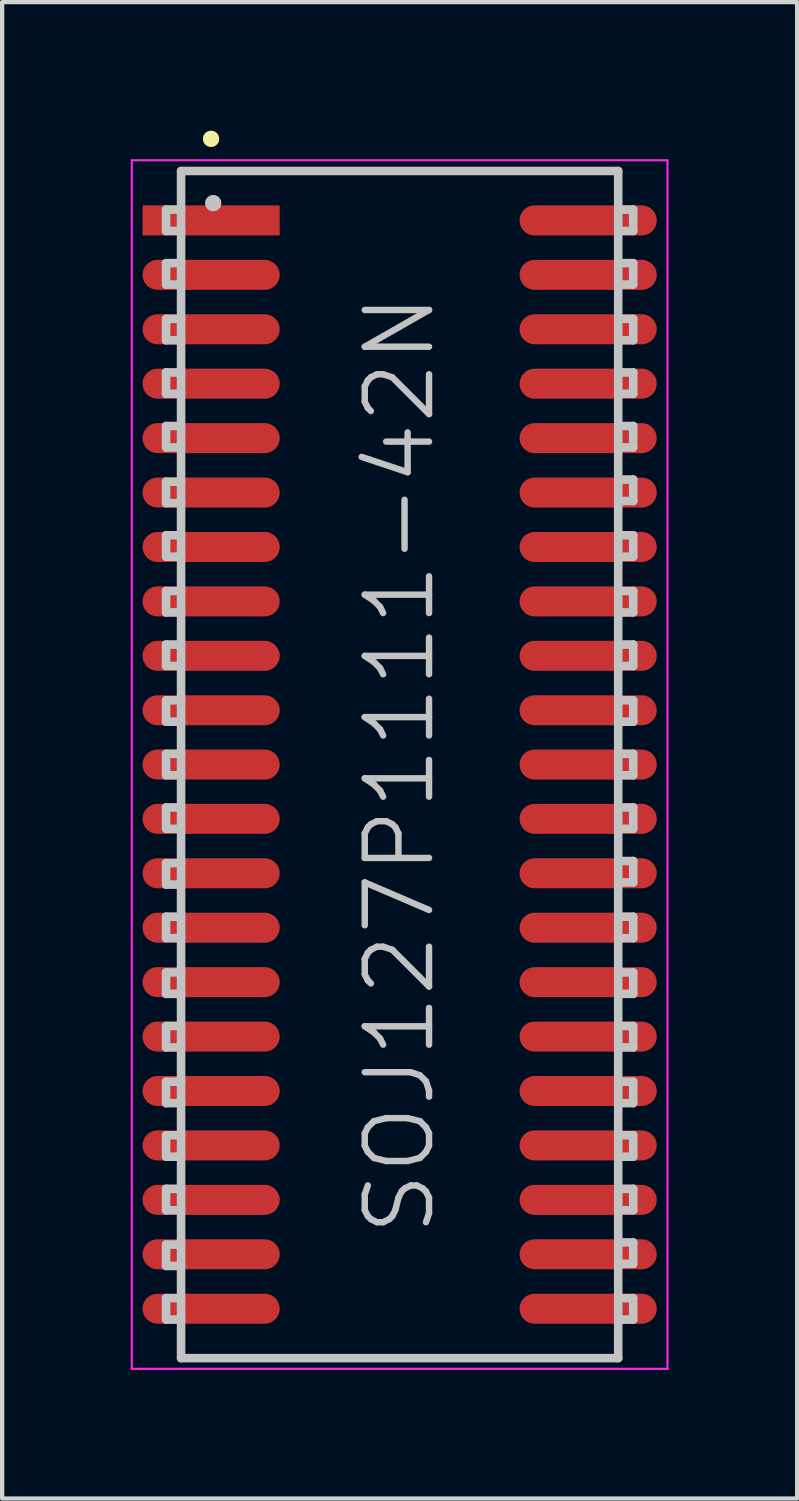
<source format=kicad_pcb>
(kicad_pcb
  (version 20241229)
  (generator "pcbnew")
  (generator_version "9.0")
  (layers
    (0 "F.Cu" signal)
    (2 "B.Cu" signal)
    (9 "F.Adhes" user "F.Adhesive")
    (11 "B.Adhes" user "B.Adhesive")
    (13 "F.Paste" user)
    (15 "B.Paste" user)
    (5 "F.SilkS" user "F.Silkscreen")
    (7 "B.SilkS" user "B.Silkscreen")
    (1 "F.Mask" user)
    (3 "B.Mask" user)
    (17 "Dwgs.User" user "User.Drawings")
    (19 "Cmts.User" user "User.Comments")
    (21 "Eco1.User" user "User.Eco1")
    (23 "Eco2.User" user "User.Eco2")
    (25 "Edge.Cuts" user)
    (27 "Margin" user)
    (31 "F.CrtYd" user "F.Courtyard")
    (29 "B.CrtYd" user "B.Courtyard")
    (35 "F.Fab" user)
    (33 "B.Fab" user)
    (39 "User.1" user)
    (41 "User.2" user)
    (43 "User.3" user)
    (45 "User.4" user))
  (footprint "SOJ127P1111-42N"
    (layer "F.Cu")
    (at 6.275 14.79)
    (property "Reference" "SOJ127P1111-42N" (at 0 0 90) (layer "Dwgs.User") (effects (font (size 1.5 1.5) (thickness 0.15))))
    (attr smd)
    (fp_line (start -4.4 -14.6) (end -4.4 -14.6) (stroke (width 0.381) (type solid)) (layer "F.SilkS"))
    (fp_line (start -5.45 -12.95) (end -5.45 -12.45) (stroke (width 0.2) (type solid)) (layer "Dwgs.User"))
    (fp_line (start -5.45 -12.45) (end -5.1 -12.45) (stroke (width 0.2) (type solid)) (layer "Dwgs.User"))
    (fp_line (start -5.45 -11.7) (end -5.45 -11.2) (stroke (width 0.2) (type solid)) (layer "Dwgs.User"))
    (fp_line (start -5.45 -11.2) (end -5.1 -11.2) (stroke (width 0.2) (type solid)) (layer "Dwgs.User"))
    (fp_line (start -5.45 -10.4) (end -5.45 -9.9) (stroke (width 0.2) (type solid)) (layer "Dwgs.User"))
    (fp_line (start -5.45 -9.9) (end -5.1 -9.9) (stroke (width 0.2) (type solid)) (layer "Dwgs.User"))
    (fp_line (start -5.45 -9.15) (end -5.45 -8.65) (stroke (width 0.2) (type solid)) (layer "Dwgs.User"))
    (fp_line (start -5.45 -8.65) (end -5.1 -8.65) (stroke (width 0.2) (type solid)) (layer "Dwgs.User"))
    (fp_line (start -5.45 -7.9) (end -5.45 -7.4) (stroke (width 0.2) (type solid)) (layer "Dwgs.User"))
    (fp_line (start -5.45 -7.4) (end -5.1 -7.4) (stroke (width 0.2) (type solid)) (layer "Dwgs.User"))
    (fp_line (start -5.45 -6.6) (end -5.45 -6.1) (stroke (width 0.2) (type solid)) (layer "Dwgs.User"))
    (fp_line (start -5.45 -6.1) (end -5.1 -6.1) (stroke (width 0.2) (type solid)) (layer "Dwgs.User"))
    (fp_line (start -5.45 -5.35) (end -5.45 -4.85) (stroke (width 0.2) (type solid)) (layer "Dwgs.User"))
    (fp_line (start -5.45 -4.85) (end -5.1 -4.85) (stroke (width 0.2) (type solid)) (layer "Dwgs.User"))
    (fp_line (start -5.45 -4.05) (end -5.45 -3.55) (stroke (width 0.2) (type solid)) (layer "Dwgs.User"))
    (fp_line (start -5.45 -3.55) (end -5.1 -3.55) (stroke (width 0.2) (type solid)) (layer "Dwgs.User"))
    (fp_line (start -5.45 -2.8) (end -5.45 -2.3) (stroke (width 0.2) (type solid)) (layer "Dwgs.User"))
    (fp_line (start -5.45 -2.3) (end -5.1 -2.3) (stroke (width 0.2) (type solid)) (layer "Dwgs.User"))
    (fp_line (start -5.45 -1.5) (end -5.45 -1) (stroke (width 0.2) (type solid)) (layer "Dwgs.User"))
    (fp_line (start -5.45 -1) (end -5.1 -1) (stroke (width 0.2) (type solid)) (layer "Dwgs.User"))
    (fp_line (start -5.45 -0.25) (end -5.45 0.25) (stroke (width 0.2) (type solid)) (layer "Dwgs.User"))
    (fp_line (start -5.45 0.25) (end -5.1 0.25) (stroke (width 0.2) (type solid)) (layer "Dwgs.User"))
    (fp_line (start -5.45 1) (end -5.45 1.5) (stroke (width 0.2) (type solid)) (layer "Dwgs.User"))
    (fp_line (start -5.45 1.5) (end -5.1 1.5) (stroke (width 0.2) (type solid)) (layer "Dwgs.User"))
    (fp_line (start -5.45 2.3) (end -5.45 2.8) (stroke (width 0.2) (type solid)) (layer "Dwgs.User"))
    (fp_line (start -5.45 2.8) (end -5.1 2.8) (stroke (width 0.2) (type solid)) (layer "Dwgs.User"))
    (fp_line (start -5.45 3.55) (end -5.45 4.05) (stroke (width 0.2) (type solid)) (layer "Dwgs.User"))
    (fp_line (start -5.45 4.05) (end -5.1 4.05) (stroke (width 0.2) (type solid)) (layer "Dwgs.User"))
    (fp_line (start -5.45 4.85) (end -5.45 5.35) (stroke (width 0.2) (type solid)) (layer "Dwgs.User"))
    (fp_line (start -5.45 5.35) (end -5.1 5.35) (stroke (width 0.2) (type solid)) (layer "Dwgs.User"))
    (fp_line (start -5.45 6.1) (end -5.45 6.6) (stroke (width 0.2) (type solid)) (layer "Dwgs.User"))
    (fp_line (start -5.45 6.6) (end -5.1 6.6) (stroke (width 0.2) (type solid)) (layer "Dwgs.User"))
    (fp_line (start -5.45 7.4) (end -5.45 7.9) (stroke (width 0.2) (type solid)) (layer "Dwgs.User"))
    (fp_line (start -5.45 7.9) (end -5.1 7.9) (stroke (width 0.2) (type solid)) (layer "Dwgs.User"))
    (fp_line (start -5.45 8.65) (end -5.45 9.15) (stroke (width 0.2) (type solid)) (layer "Dwgs.User"))
    (fp_line (start -5.45 9.15) (end -5.1 9.15) (stroke (width 0.2) (type solid)) (layer "Dwgs.User"))
    (fp_line (start -5.45 9.9) (end -5.45 10.4) (stroke (width 0.2) (type solid)) (layer "Dwgs.User"))
    (fp_line (start -5.45 10.4) (end -5.1 10.4) (stroke (width 0.2) (type solid)) (layer "Dwgs.User"))
    (fp_line (start -5.45 11.2) (end -5.45 11.7) (stroke (width 0.2) (type solid)) (layer "Dwgs.User"))
    (fp_line (start -5.45 11.7) (end -5.1 11.7) (stroke (width 0.2) (type solid)) (layer "Dwgs.User"))
    (fp_line (start -5.45 12.45) (end -5.45 12.95) (stroke (width 0.2) (type solid)) (layer "Dwgs.User"))
    (fp_line (start -5.45 12.95) (end -5.1 12.95) (stroke (width 0.2) (type solid)) (layer "Dwgs.User"))
    (fp_line (start -5.1 -13.85) (end -5.1 13.85) (stroke (width 0.2) (type solid)) (layer "Dwgs.User"))
    (fp_line (start -5.1 -13.85) (end 5.1 -13.85) (stroke (width 0.2) (type solid)) (layer "Dwgs.User"))
    (fp_line (start -5.1 -12.95) (end -5.45 -12.95) (stroke (width 0.2) (type solid)) (layer "Dwgs.User"))
    (fp_line (start -5.1 -11.7) (end -5.45 -11.7) (stroke (width 0.2) (type solid)) (layer "Dwgs.User"))
    (fp_line (start -5.1 -10.4) (end -5.45 -10.4) (stroke (width 0.2) (type solid)) (layer "Dwgs.User"))
    (fp_line (start -5.1 -9.15) (end -5.45 -9.15) (stroke (width 0.2) (type solid)) (layer "Dwgs.User"))
    (fp_line (start -5.1 -7.9) (end -5.45 -7.9) (stroke (width 0.2) (type solid)) (layer "Dwgs.User"))
    (fp_line (start -5.1 -6.6) (end -5.45 -6.6) (stroke (width 0.2) (type solid)) (layer "Dwgs.User"))
    (fp_line (start -5.1 -5.35) (end -5.45 -5.35) (stroke (width 0.2) (type solid)) (layer "Dwgs.User"))
    (fp_line (start -5.1 -4.05) (end -5.45 -4.05) (stroke (width 0.2) (type solid)) (layer "Dwgs.User"))
    (fp_line (start -5.1 -2.8) (end -5.45 -2.8) (stroke (width 0.2) (type solid)) (layer "Dwgs.User"))
    (fp_line (start -5.1 -1.5) (end -5.45 -1.5) (stroke (width 0.2) (type solid)) (layer "Dwgs.User"))
    (fp_line (start -5.1 -0.25) (end -5.45 -0.25) (stroke (width 0.2) (type solid)) (layer "Dwgs.User"))
    (fp_line (start -5.1 1) (end -5.45 1) (stroke (width 0.2) (type solid)) (layer "Dwgs.User"))
    (fp_line (start -5.1 2.3) (end -5.45 2.3) (stroke (width 0.2) (type solid)) (layer "Dwgs.User"))
    (fp_line (start -5.1 3.55) (end -5.45 3.55) (stroke (width 0.2) (type solid)) (layer "Dwgs.User"))
    (fp_line (start -5.1 4.85) (end -5.45 4.85) (stroke (width 0.2) (type solid)) (layer "Dwgs.User"))
    (fp_line (start -5.1 6.1) (end -5.45 6.1) (stroke (width 0.2) (type solid)) (layer "Dwgs.User"))
    (fp_line (start -5.1 7.4) (end -5.45 7.4) (stroke (width 0.2) (type solid)) (layer "Dwgs.User"))
    (fp_line (start -5.1 8.65) (end -5.45 8.65) (stroke (width 0.2) (type solid)) (layer "Dwgs.User"))
    (fp_line (start -5.1 9.9) (end -5.45 9.9) (stroke (width 0.2) (type solid)) (layer "Dwgs.User"))
    (fp_line (start -5.1 11.2) (end -5.45 11.2) (stroke (width 0.2) (type solid)) (layer "Dwgs.User"))
    (fp_line (start -5.1 12.45) (end -5.45 12.45) (stroke (width 0.2) (type solid)) (layer "Dwgs.User"))
    (fp_line (start -5.1 13.85) (end 5.1 13.85) (stroke (width 0.2) (type solid)) (layer "Dwgs.User"))
    (fp_line (start -4.35 -13.1) (end -4.35 -13.1) (stroke (width 0.381) (type solid)) (layer "Dwgs.User"))
    (fp_line (start 5.1 -13.85) (end 5.1 13.85) (stroke (width 0.2) (type solid)) (layer "Dwgs.User"))
    (fp_line (start 5.1 -12.95) (end 5.45 -12.95) (stroke (width 0.2) (type solid)) (layer "Dwgs.User"))
    (fp_line (start 5.1 -11.7) (end 5.45 -11.7) (stroke (width 0.2) (type solid)) (layer "Dwgs.User"))
    (fp_line (start 5.1 -10.4) (end 5.45 -10.4) (stroke (width 0.2) (type solid)) (layer "Dwgs.User"))
    (fp_line (start 5.1 -9.15) (end 5.45 -9.15) (stroke (width 0.2) (type solid)) (layer "Dwgs.User"))
    (fp_line (start 5.1 -7.9) (end 5.45 -7.9) (stroke (width 0.2) (type solid)) (layer "Dwgs.User"))
    (fp_line (start 5.1 -6.65) (end 5.45 -6.65) (stroke (width 0.2) (type solid)) (layer "Dwgs.User"))
    (fp_line (start 5.1 -5.35) (end 5.45 -5.35) (stroke (width 0.2) (type solid)) (layer "Dwgs.User"))
    (fp_line (start 5.1 -4.05) (end 5.45 -4.05) (stroke (width 0.2) (type solid)) (layer "Dwgs.User"))
    (fp_line (start 5.1 -2.8) (end 5.45 -2.8) (stroke (width 0.2) (type solid)) (layer "Dwgs.User"))
    (fp_line (start 5.1 -1.5) (end 5.45 -1.5) (stroke (width 0.2) (type solid)) (layer "Dwgs.User"))
    (fp_line (start 5.1 -0.25) (end 5.45 -0.25) (stroke (width 0.2) (type solid)) (layer "Dwgs.User"))
    (fp_line (start 5.1 1) (end 5.45 1) (stroke (width 0.2) (type solid)) (layer "Dwgs.User"))
    (fp_line (start 5.1 2.25) (end 5.45 2.25) (stroke (width 0.2) (type solid)) (layer "Dwgs.User"))
    (fp_line (start 5.1 3.55) (end 5.45 3.55) (stroke (width 0.2) (type solid)) (layer "Dwgs.User"))
    (fp_line (start 5.1 4.85) (end 5.45 4.85) (stroke (width 0.2) (type solid)) (layer "Dwgs.User"))
    (fp_line (start 5.1 6.1) (end 5.45 6.1) (stroke (width 0.2) (type solid)) (layer "Dwgs.User"))
    (fp_line (start 5.1 7.4) (end 5.45 7.4) (stroke (width 0.2) (type solid)) (layer "Dwgs.User"))
    (fp_line (start 5.1 8.65) (end 5.45 8.65) (stroke (width 0.2) (type solid)) (layer "Dwgs.User"))
    (fp_line (start 5.1 9.9) (end 5.45 9.9) (stroke (width 0.2) (type solid)) (layer "Dwgs.User"))
    (fp_line (start 5.1 11.15) (end 5.45 11.15) (stroke (width 0.2) (type solid)) (layer "Dwgs.User"))
    (fp_line (start 5.1 12.45) (end 5.45 12.45) (stroke (width 0.2) (type solid)) (layer "Dwgs.User"))
    (fp_line (start 5.45 -12.95) (end 5.45 -12.45) (stroke (width 0.2) (type solid)) (layer "Dwgs.User"))
    (fp_line (start 5.45 -12.45) (end 5.1 -12.45) (stroke (width 0.2) (type solid)) (layer "Dwgs.User"))
    (fp_line (start 5.45 -11.7) (end 5.45 -11.2) (stroke (width 0.2) (type solid)) (layer "Dwgs.User"))
    (fp_line (start 5.45 -11.2) (end 5.1 -11.2) (stroke (width 0.2) (type solid)) (layer "Dwgs.User"))
    (fp_line (start 5.45 -10.4) (end 5.45 -9.9) (stroke (width 0.2) (type solid)) (layer "Dwgs.User"))
    (fp_line (start 5.45 -9.9) (end 5.1 -9.9) (stroke (width 0.2) (type solid)) (layer "Dwgs.User"))
    (fp_line (start 5.45 -9.15) (end 5.45 -8.65) (stroke (width 0.2) (type solid)) (layer "Dwgs.User"))
    (fp_line (start 5.45 -8.65) (end 5.1 -8.65) (stroke (width 0.2) (type solid)) (layer "Dwgs.User"))
    (fp_line (start 5.45 -7.9) (end 5.45 -7.4) (stroke (width 0.2) (type solid)) (layer "Dwgs.User"))
    (fp_line (start 5.45 -7.4) (end 5.1 -7.4) (stroke (width 0.2) (type solid)) (layer "Dwgs.User"))
    (fp_line (start 5.45 -6.65) (end 5.45 -6.15) (stroke (width 0.2) (type solid)) (layer "Dwgs.User"))
    (fp_line (start 5.45 -6.15) (end 5.1 -6.15) (stroke (width 0.2) (type solid)) (layer "Dwgs.User"))
    (fp_line (start 5.45 -5.35) (end 5.45 -4.85) (stroke (width 0.2) (type solid)) (layer "Dwgs.User"))
    (fp_line (start 5.45 -4.85) (end 5.1 -4.85) (stroke (width 0.2) (type solid)) (layer "Dwgs.User"))
    (fp_line (start 5.45 -4.05) (end 5.45 -3.55) (stroke (width 0.2) (type solid)) (layer "Dwgs.User"))
    (fp_line (start 5.45 -3.55) (end 5.1 -3.55) (stroke (width 0.2) (type solid)) (layer "Dwgs.User"))
    (fp_line (start 5.45 -2.8) (end 5.45 -2.3) (stroke (width 0.2) (type solid)) (layer "Dwgs.User"))
    (fp_line (start 5.45 -2.3) (end 5.1 -2.3) (stroke (width 0.2) (type solid)) (layer "Dwgs.User"))
    (fp_line (start 5.45 -1.5) (end 5.45 -1) (stroke (width 0.2) (type solid)) (layer "Dwgs.User"))
    (fp_line (start 5.45 -1) (end 5.1 -1) (stroke (width 0.2) (type solid)) (layer "Dwgs.User"))
    (fp_line (start 5.45 -0.25) (end 5.45 0.25) (stroke (width 0.2) (type solid)) (layer "Dwgs.User"))
    (fp_line (start 5.45 0.25) (end 5.1 0.25) (stroke (width 0.2) (type solid)) (layer "Dwgs.User"))
    (fp_line (start 5.45 1) (end 5.45 1.5) (stroke (width 0.2) (type solid)) (layer "Dwgs.User"))
    (fp_line (start 5.45 1.5) (end 5.1 1.5) (stroke (width 0.2) (type solid)) (layer "Dwgs.User"))
    (fp_line (start 5.45 2.25) (end 5.45 2.75) (stroke (width 0.2) (type solid)) (layer "Dwgs.User"))
    (fp_line (start 5.45 2.75) (end 5.1 2.75) (stroke (width 0.2) (type solid)) (layer "Dwgs.User"))
    (fp_line (start 5.45 3.55) (end 5.45 4.05) (stroke (width 0.2) (type solid)) (layer "Dwgs.User"))
    (fp_line (start 5.45 4.05) (end 5.1 4.05) (stroke (width 0.2) (type solid)) (layer "Dwgs.User"))
    (fp_line (start 5.45 4.85) (end 5.45 5.35) (stroke (width 0.2) (type solid)) (layer "Dwgs.User"))
    (fp_line (start 5.45 5.35) (end 5.1 5.35) (stroke (width 0.2) (type solid)) (layer "Dwgs.User"))
    (fp_line (start 5.45 6.1) (end 5.45 6.6) (stroke (width 0.2) (type solid)) (layer "Dwgs.User"))
    (fp_line (start 5.45 6.6) (end 5.1 6.6) (stroke (width 0.2) (type solid)) (layer "Dwgs.User"))
    (fp_line (start 5.45 7.4) (end 5.45 7.9) (stroke (width 0.2) (type solid)) (layer "Dwgs.User"))
    (fp_line (start 5.45 7.9) (end 5.1 7.9) (stroke (width 0.2) (type solid)) (layer "Dwgs.User"))
    (fp_line (start 5.45 8.65) (end 5.45 9.15) (stroke (width 0.2) (type solid)) (layer "Dwgs.User"))
    (fp_line (start 5.45 9.15) (end 5.1 9.15) (stroke (width 0.2) (type solid)) (layer "Dwgs.User"))
    (fp_line (start 5.45 9.9) (end 5.45 10.4) (stroke (width 0.2) (type solid)) (layer "Dwgs.User"))
    (fp_line (start 5.45 10.4) (end 5.1 10.4) (stroke (width 0.2) (type solid)) (layer "Dwgs.User"))
    (fp_line (start 5.45 11.15) (end 5.45 11.65) (stroke (width 0.2) (type solid)) (layer "Dwgs.User"))
    (fp_line (start 5.45 11.65) (end 5.1 11.65) (stroke (width 0.2) (type solid)) (layer "Dwgs.User"))
    (fp_line (start 5.45 12.45) (end 5.45 12.95) (stroke (width 0.2) (type solid)) (layer "Dwgs.User"))
    (fp_line (start 5.45 12.95) (end 5.1 12.95) (stroke (width 0.2) (type solid)) (layer "Dwgs.User"))
    (fp_line (start -6.25 -14.1) (end -6.25 14.1) (stroke (width 0.05) (type solid)) (layer "F.CrtYd"))
    (fp_line (start -6.25 -14.1) (end 6.25 -14.1) (stroke (width 0.05) (type solid)) (layer "F.CrtYd"))
    (fp_line (start -6.25 14.1) (end 6.25 14.1) (stroke (width 0.05) (type solid)) (layer "F.CrtYd"))
    (fp_line (start 6.25 -14.1) (end 6.25 14.1) (stroke (width 0.05) (type solid)) (layer "F.CrtYd"))
    (pad "1" smd rect (at -4.399 -12.697 90) (size 0.7 3.2) (layers "F.Cu" "F.Mask" "F.Paste"))
    (pad "2" smd oval (at -4.399 -11.427 90) (size 0.7 3.2) (layers "F.Cu" "F.Mask" "F.Paste"))
    (pad "3" smd oval (at -4.399 -10.157 90) (size 0.7 3.2) (layers "F.Cu" "F.Mask" "F.Paste"))
    (pad "4" smd oval (at -4.399 -8.887 90) (size 0.7 3.2) (layers "F.Cu" "F.Mask" "F.Paste"))
    (pad "5" smd oval (at -4.399 -7.617 90) (size 0.7 3.2) (layers "F.Cu" "F.Mask" "F.Paste"))
    (pad "6" smd oval (at -4.399 -6.347 90) (size 0.7 3.2) (layers "F.Cu" "F.Mask" "F.Paste"))
    (pad "7" smd oval (at -4.399 -5.077 90) (size 0.7 3.2) (layers "F.Cu" "F.Mask" "F.Paste"))
    (pad "8" smd oval (at -4.399 -3.807 90) (size 0.7 3.2) (layers "F.Cu" "F.Mask" "F.Paste"))
    (pad "9" smd oval (at -4.399 -2.537 90) (size 0.7 3.2) (layers "F.Cu" "F.Mask" "F.Paste"))
    (pad "10" smd oval (at -4.399 -1.267 90) (size 0.7 3.2) (layers "F.Cu" "F.Mask" "F.Paste"))
    (pad "11" smd oval (at -4.399 0 90) (size 0.7 3.2) (layers "F.Cu" "F.Mask" "F.Paste"))
    (pad "12" smd oval (at -4.399 1.267 90) (size 0.7 3.2) (layers "F.Cu" "F.Mask" "F.Paste"))
    (pad "13" smd oval (at -4.399 2.537 90) (size 0.7 3.2) (layers "F.Cu" "F.Mask" "F.Paste"))
    (pad "14" smd oval (at -4.399 3.807 90) (size 0.7 3.2) (layers "F.Cu" "F.Mask" "F.Paste"))
    (pad "15" smd oval (at -4.399 5.077 90) (size 0.7 3.2) (layers "F.Cu" "F.Mask" "F.Paste"))
    (pad "16" smd oval (at -4.399 6.347 90) (size 0.7 3.2) (layers "F.Cu" "F.Mask" "F.Paste"))
    (pad "17" smd oval (at -4.399 7.617 90) (size 0.7 3.2) (layers "F.Cu" "F.Mask" "F.Paste"))
    (pad "18" smd oval (at -4.399 8.887 90) (size 0.7 3.2) (layers "F.Cu" "F.Mask" "F.Paste"))
    (pad "19" smd oval (at -4.399 10.157 90) (size 0.7 3.2) (layers "F.Cu" "F.Mask" "F.Paste"))
    (pad "20" smd oval (at -4.399 11.427 90) (size 0.7 3.2) (layers "F.Cu" "F.Mask" "F.Paste"))
    (pad "21" smd oval (at -4.399 12.697 90) (size 0.7 3.2) (layers "F.Cu" "F.Mask" "F.Paste"))
    (pad "22" smd oval (at 4.399 12.697 270) (size 0.7 3.2) (layers "F.Cu" "F.Mask" "F.Paste"))
    (pad "23" smd oval (at 4.399 11.427 270) (size 0.7 3.2) (layers "F.Cu" "F.Mask" "F.Paste"))
    (pad "24" smd oval (at 4.399 10.157 270) (size 0.7 3.2) (layers "F.Cu" "F.Mask" "F.Paste"))
    (pad "25" smd oval (at 4.399 8.887 270) (size 0.7 3.2) (layers "F.Cu" "F.Mask" "F.Paste"))
    (pad "26" smd oval (at 4.399 7.617 270) (size 0.7 3.2) (layers "F.Cu" "F.Mask" "F.Paste"))
    (pad "27" smd oval (at 4.399 6.347 270) (size 0.7 3.2) (layers "F.Cu" "F.Mask" "F.Paste"))
    (pad "28" smd oval (at 4.399 5.077 270) (size 0.7 3.2) (layers "F.Cu" "F.Mask" "F.Paste"))
    (pad "29" smd oval (at 4.399 3.807 270) (size 0.7 3.2) (layers "F.Cu" "F.Mask" "F.Paste"))
    (pad "30" smd oval (at 4.399 2.537 270) (size 0.7 3.2) (layers "F.Cu" "F.Mask" "F.Paste"))
    (pad "31" smd oval (at 4.399 1.267 270) (size 0.7 3.2) (layers "F.Cu" "F.Mask" "F.Paste"))
    (pad "32" smd oval (at 4.399 0 270) (size 0.7 3.2) (layers "F.Cu" "F.Mask" "F.Paste"))
    (pad "33" smd oval (at 4.399 -1.267 270) (size 0.7 3.2) (layers "F.Cu" "F.Mask" "F.Paste"))
    (pad "34" smd oval (at 4.399 -2.537 270) (size 0.7 3.2) (layers "F.Cu" "F.Mask" "F.Paste"))
    (pad "35" smd oval (at 4.399 -3.807 270) (size 0.7 3.2) (layers "F.Cu" "F.Mask" "F.Paste"))
    (pad "36" smd oval (at 4.399 -5.077 270) (size 0.7 3.2) (layers "F.Cu" "F.Mask" "F.Paste"))
    (pad "37" smd oval (at 4.399 -6.347 270) (size 0.7 3.2) (layers "F.Cu" "F.Mask" "F.Paste"))
    (pad "38" smd oval (at 4.399 -7.617 270) (size 0.7 3.2) (layers "F.Cu" "F.Mask" "F.Paste"))
    (pad "39" smd oval (at 4.399 -8.887 270) (size 0.7 3.2) (layers "F.Cu" "F.Mask" "F.Paste"))
    (pad "40" smd oval (at 4.399 -10.157 270) (size 0.7 3.2) (layers "F.Cu" "F.Mask" "F.Paste"))
    (pad "41" smd oval (at 4.399 -11.427 270) (size 0.7 3.2) (layers "F.Cu" "F.Mask" "F.Paste"))
    (pad "42" smd oval (at 4.399 -12.697 270) (size 0.7 3.2) (layers "F.Cu" "F.Mask" "F.Paste")))
  (gr_rect
    (start -3 -3)
    (end 15.55 31.916)
    (stroke (width 0.1) (type default))
    (fill no)
    (layer "Edge.Cuts")))
</source>
